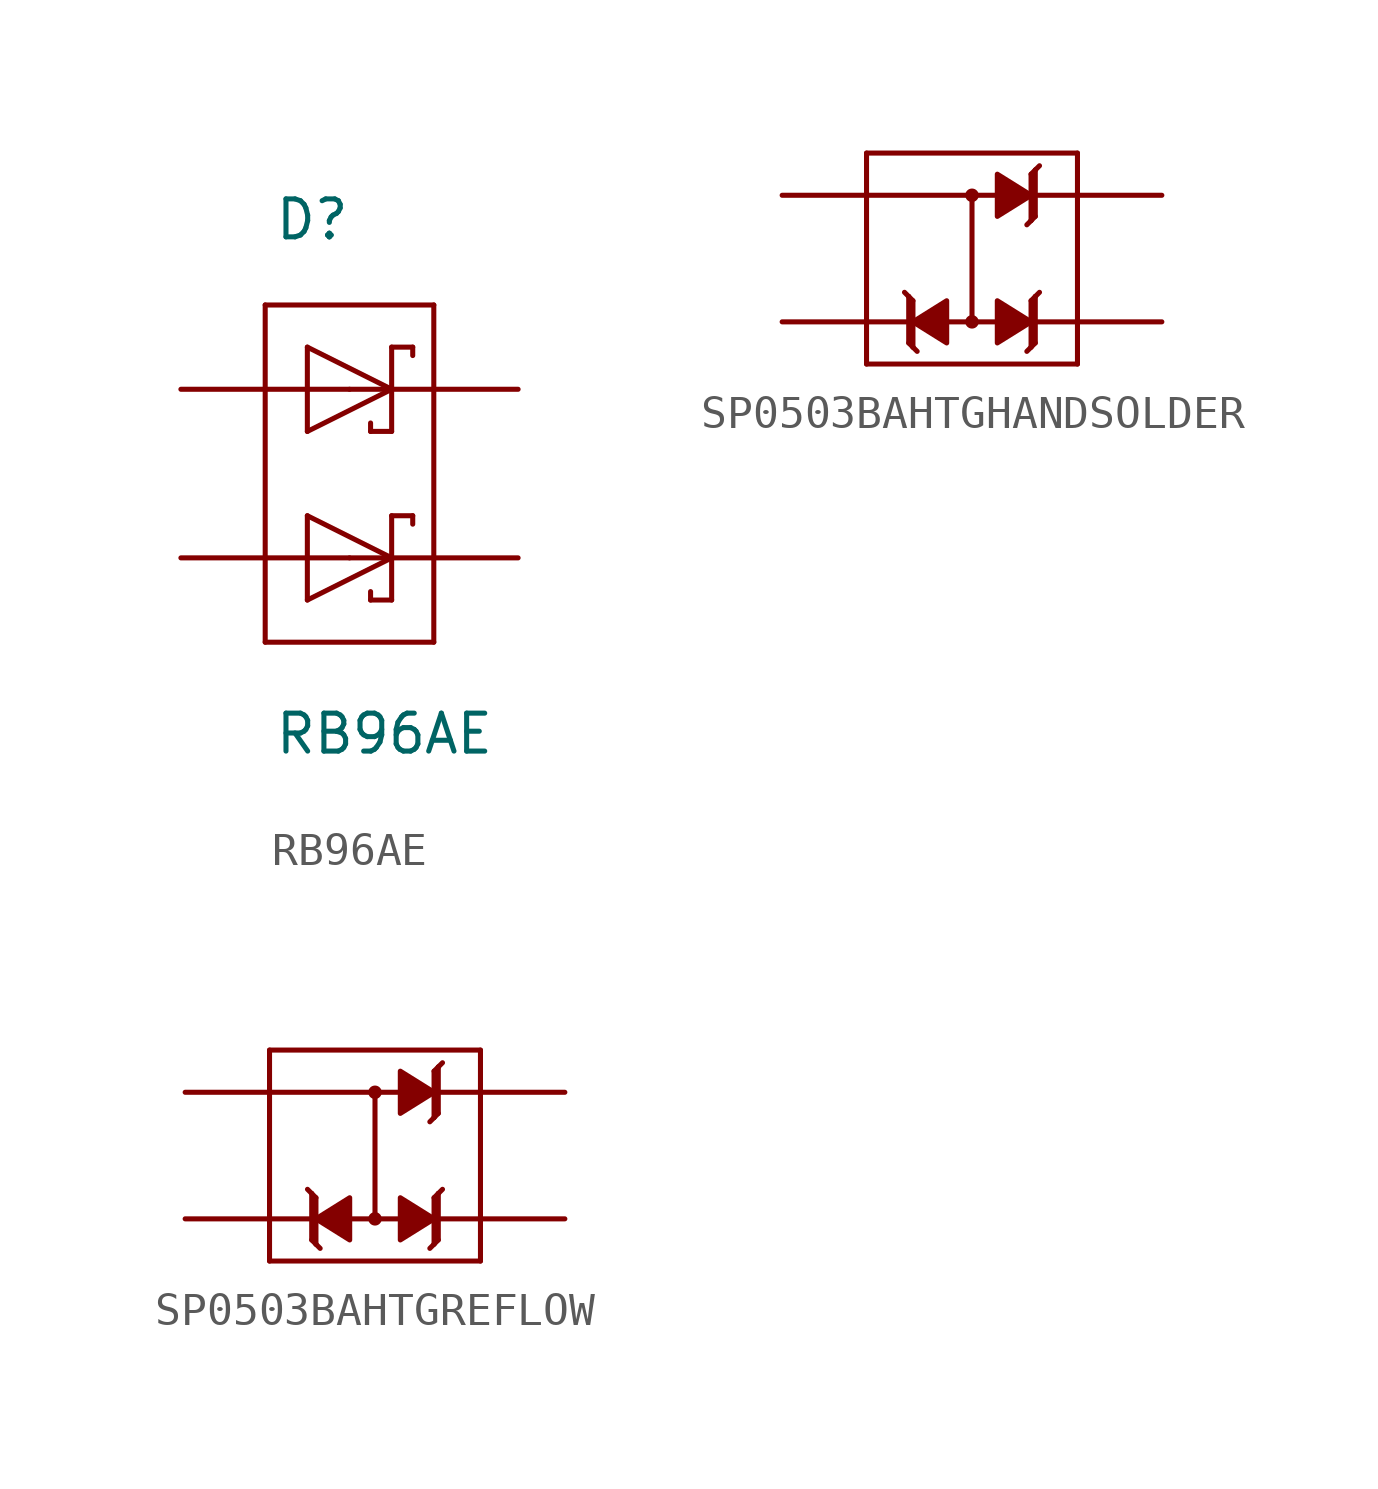
<source format=kicad_sym>
(kicad_symbol_lib
  (version 20241209)
  (generator "kicad_symbol_editor")
  (generator_version "9.0")
  (symbol "RB96AE"
    (pin_numbers
      (hide yes))
    (pin_names
      (offset 1.016)
      (hide yes))
    (property "Reference" "D"
      (at -2.286 9.525 0)
      (effects (font (size 1.143 1.143)) (justify left bottom)))
    (property "Value" "RB96AE"
      (at -2.286 -5.969 0)
      (effects (font (size 1.143 1.143)) (justify left bottom)))
    (property "ki_locked" ""
      (at 0 0 0)
      (effects (font (size 1.27 1.27))))
    (symbol "RB96AE_1_0"
      (polyline (pts (xy -2.54 7.62) (xy 2.54 7.62)) (stroke (width 0) (type solid)) (fill (type none)))
      (polyline (pts (xy -2.54 -2.54) (xy -2.54 7.62)) (stroke (width 0) (type solid)) (fill (type none)))
      (polyline (pts (xy -1.27 6.35) (xy -1.27 3.81)) (stroke (width 0) (type solid)) (fill (type none)))
      (polyline (pts (xy -1.27 3.81) (xy 1.27 5.08)) (stroke (width 0) (type solid)) (fill (type none)))
      (polyline (pts (xy -1.27 1.27) (xy -1.27 -1.27)) (stroke (width 0) (type solid)) (fill (type none)))
      (polyline (pts (xy -1.27 -1.27) (xy 1.27 0)) (stroke (width 0) (type solid)) (fill (type none)))
      (polyline (pts (xy 0.635 4.064) (xy 0.635 3.81)) (stroke (width 0) (type solid)) (fill (type none)))
      (polyline (pts (xy 0.635 -1.016) (xy 0.635 -1.27)) (stroke (width 0) (type solid)) (fill (type none)))
      (polyline (pts (xy 1.27 6.35) (xy 1.27 5.08)) (stroke (width 0) (type solid)) (fill (type none)))
      (polyline (pts (xy 1.27 5.08) (xy -1.27 6.35)) (stroke (width 0) (type solid)) (fill (type none)))
      (polyline (pts (xy 1.27 5.08) (xy 1.27 3.81)) (stroke (width 0) (type solid)) (fill (type none)))
      (polyline (pts (xy 1.27 3.81) (xy 0.635 3.81)) (stroke (width 0) (type solid)) (fill (type none)))
      (polyline (pts (xy 1.27 1.27) (xy 1.27 0)) (stroke (width 0) (type solid)) (fill (type none)))
      (polyline (pts (xy 1.27 0) (xy -1.27 1.27)) (stroke (width 0) (type solid)) (fill (type none)))
      (polyline (pts (xy 1.27 0) (xy 1.27 -1.27)) (stroke (width 0) (type solid)) (fill (type none)))
      (polyline (pts (xy 1.27 -1.27) (xy 0.635 -1.27)) (stroke (width 0) (type solid)) (fill (type none)))
      (polyline (pts (xy 1.905 6.35) (xy 1.27 6.35)) (stroke (width 0) (type solid)) (fill (type none)))
      (polyline (pts (xy 1.905 6.35) (xy 1.905 6.096)) (stroke (width 0) (type solid)) (fill (type none)))
      (polyline (pts (xy 1.905 1.27) (xy 1.27 1.27)) (stroke (width 0) (type solid)) (fill (type none)))
      (polyline (pts (xy 1.905 1.27) (xy 1.905 1.016)) (stroke (width 0) (type solid)) (fill (type none)))
      (polyline (pts (xy 2.54 7.62) (xy 2.54 -2.54)) (stroke (width 0) (type solid)) (fill (type none)))
      (polyline (pts (xy 2.54 -2.54) (xy -2.54 -2.54)) (stroke (width 0) (type solid)) (fill (type none))))
    (symbol "RB96AE_1_1"
      (pin passive line (at -5.08 5.08 0) (length 5.08) (name "A1" (effects (font (size 1.016 1.016)))) (number "1" (effects (font (size 1.016 1.016)))))
      (pin passive line (at -5.08 0 0) (length 5.08) (name "A2" (effects (font (size 1.016 1.016)))) (number "3" (effects (font (size 1.016 1.016)))))
      (pin passive line (at 5.08 5.08 180) (length 5.08) (name "C1" (effects (font (size 1.016 1.016)))) (number "5" (effects (font (size 1.016 1.016)))))
      (pin passive line (at 5.08 0 180) (length 5.08) (name "C2" (effects (font (size 1.016 1.016)))) (number "4" (effects (font (size 1.016 1.016)))))))
  (symbol "SP0503BAHTGHANDSOLDER"
    (pin_numbers
      (hide yes))
    (pin_names
      (offset 1.016)
      (hide yes))
    (property "Reference" "U"
      (at 0 0 0)
      (effects (font (size 1.143 1.143)) (hide yes)))
    (property "ki_locked" ""
      (at 0 0 0)
      (effects (font (size 1.27 1.27))))
    (symbol "SP0503BAHTGHANDSOLDER_1_0"
      (polyline (pts (xy -3.81 2.54) (xy 2.54 2.54)) (stroke (width 0) (type solid)) (fill (type none)))
      (polyline (pts (xy -3.81 1.27) (xy -3.81 2.54)) (stroke (width 0) (type solid)) (fill (type none)))
      (polyline (pts (xy -3.81 1.27) (xy 0.127 1.27)) (stroke (width 0) (type solid)) (fill (type none)))
      (polyline (pts (xy -3.81 -2.54) (xy -3.81 1.27)) (stroke (width 0) (type solid)) (fill (type none)))
      (polyline (pts (xy -3.81 -2.54) (xy -2.54 -2.54)) (stroke (width 0) (type solid)) (fill (type none)))
      (polyline (pts (xy -3.81 -3.81) (xy -3.81 -2.54)) (stroke (width 0) (type solid)) (fill (type none)))
      (polyline (pts (xy -2.54 -1.778) (xy -2.667 -1.651)) (stroke (width 0) (type solid)) (fill (type none)))
      (polyline (pts (xy -2.54 -1.778) (xy -2.54 -2.54)) (stroke (width 0) (type solid)) (fill (type none)))
      (polyline (pts (xy -2.54 -2.54) (xy -2.54 -3.175)) (stroke (width 0) (type solid)) (fill (type none)))
      (polyline (pts (xy -2.54 -3.175) (xy -2.413 -3.302)) (stroke (width 0) (type solid)) (fill (type none)))
      (polyline (pts (xy -2.413 -1.905) (xy -2.54 -1.778)) (stroke (width 0) (type solid)) (fill (type none)))
      (polyline (pts (xy -2.413 -1.905) (xy -2.413 -3.302)) (stroke (width 0) (type solid)) (fill (type none)))
      (polyline (pts (xy -2.413 -3.302) (xy -2.286 -3.429)) (stroke (width 0) (type solid)) (fill (type none)))
      (polyline (pts (xy -0.635 1.143) (xy -0.635 -2.54)) (stroke (width 0) (type solid)) (fill (type none)))
      (polyline (pts (xy 0.254 -2.54) (xy -1.524 -2.54)) (stroke (width 0) (type solid)) (fill (type none)))
      (polyline (pts (xy 1.143 1.905) (xy 1.143 0.508)) (stroke (width 0) (type solid)) (fill (type none)))
      (polyline (pts (xy 1.143 1.905) (xy 1.27 2.032)) (stroke (width 0) (type solid)) (fill (type none)))
      (polyline (pts (xy 1.143 0.508) (xy 1.016 0.381)) (stroke (width 0) (type solid)) (fill (type none)))
      (polyline (pts (xy 1.143 -1.905) (xy 1.143 -3.302)) (stroke (width 0) (type solid)) (fill (type none)))
      (polyline (pts (xy 1.143 -1.905) (xy 1.27 -1.778)) (stroke (width 0) (type solid)) (fill (type none)))
      (polyline (pts (xy 1.143 -3.302) (xy 1.016 -3.429)) (stroke (width 0) (type solid)) (fill (type none)))
      (polyline (pts (xy 1.27 2.032) (xy 1.27 1.27)) (stroke (width 0) (type solid)) (fill (type none)))
      (polyline (pts (xy 1.27 2.032) (xy 1.397 2.159)) (stroke (width 0) (type solid)) (fill (type none)))
      (polyline (pts (xy 1.27 1.27) (xy 1.27 0.635)) (stroke (width 0) (type solid)) (fill (type none)))
      (polyline (pts (xy 1.27 0.635) (xy 1.143 0.508)) (stroke (width 0) (type solid)) (fill (type none)))
      (polyline (pts (xy 1.27 -1.778) (xy 1.27 -2.54)) (stroke (width 0) (type solid)) (fill (type none)))
      (polyline (pts (xy 1.27 -1.778) (xy 1.397 -1.651)) (stroke (width 0) (type solid)) (fill (type none)))
      (polyline (pts (xy 1.27 -2.54) (xy 1.27 -3.175)) (stroke (width 0) (type solid)) (fill (type none)))
      (polyline (pts (xy 1.27 -3.175) (xy 1.143 -3.302)) (stroke (width 0) (type solid)) (fill (type none)))
      (polyline (pts (xy 2.54 2.54) (xy 2.54 1.27)) (stroke (width 0) (type solid)) (fill (type none)))
      (polyline (pts (xy 2.54 1.27) (xy 1.27 1.27)) (stroke (width 0) (type solid)) (fill (type none)))
      (polyline (pts (xy 2.54 1.27) (xy 2.54 -2.54)) (stroke (width 0) (type solid)) (fill (type none)))
      (polyline (pts (xy 2.54 -2.54) (xy 1.27 -2.54)) (stroke (width 0) (type solid)) (fill (type none)))
      (polyline (pts (xy 2.54 -2.54) (xy 2.54 -3.81)) (stroke (width 0) (type solid)) (fill (type none)))
      (polyline (pts (xy 2.54 -3.81) (xy -3.81 -3.81)) (stroke (width 0) (type solid)) (fill (type none))))
    (symbol "SP0503BAHTGHANDSOLDER_1_1"
      (polyline (pts (xy -1.397 -1.905) (xy -1.397 -3.175) (xy -1.397 -3.175) (xy -2.413 -2.54) (xy -2.413 -2.54) (xy -1.397 -1.905)) (stroke (width 0) (type solid)) (fill (type outline)))
      (circle (center -0.635 1.27) (radius 0.127) (stroke (width 0) (type solid)) (fill (type outline)))
      (circle (center -0.635 -2.54) (radius 0.127) (stroke (width 0) (type solid)) (fill (type outline)))
      (polyline (pts (xy 0.127 1.905) (xy 0.127 0.635) (xy 0.127 0.635) (xy 1.143 1.27) (xy 1.143 1.27) (xy 0.127 1.905)) (stroke (width 0) (type solid)) (fill (type outline)))
      (polyline (pts (xy 0.127 -1.905) (xy 0.127 -3.175) (xy 0.127 -3.175) (xy 1.143 -2.54) (xy 1.143 -2.54) (xy 0.127 -1.905)) (stroke (width 0) (type solid)) (fill (type outline)))
      (pin bidirectional line (at -6.35 1.27 0) (length 2.54) (name "P$1" (effects (font (size 1.016 1.016)))) (number "1" (effects (font (size 1.016 1.016)))))
      (pin bidirectional line (at -6.35 -2.54 0) (length 2.54) (name "P$2" (effects (font (size 1.016 1.016)))) (number "2" (effects (font (size 1.016 1.016)))))
      (pin bidirectional line (at 5.08 1.27 180) (length 2.54) (name "P$4" (effects (font (size 1.016 1.016)))) (number "4" (effects (font (size 1.016 1.016)))))
      (pin bidirectional line (at 5.08 -2.54 180) (length 2.54) (name "P$3" (effects (font (size 1.016 1.016)))) (number "3" (effects (font (size 1.016 1.016)))))))
  (symbol "SP0503BAHTGREFLOW"
    (pin_numbers
      (hide yes))
    (pin_names
      (offset 1.016)
      (hide yes))
    (property "Reference" "U"
      (at 0 0 0)
      (effects (font (size 1.143 1.143)) (hide yes)))
    (property "ki_locked" ""
      (at 0 0 0)
      (effects (font (size 1.27 1.27))))
    (symbol "SP0503BAHTGREFLOW_1_0"
      (polyline (pts (xy -3.81 2.54) (xy 2.54 2.54)) (stroke (width 0) (type solid)) (fill (type none)))
      (polyline (pts (xy -3.81 1.27) (xy -3.81 2.54)) (stroke (width 0) (type solid)) (fill (type none)))
      (polyline (pts (xy -3.81 1.27) (xy 0.127 1.27)) (stroke (width 0) (type solid)) (fill (type none)))
      (polyline (pts (xy -3.81 -2.54) (xy -3.81 1.27)) (stroke (width 0) (type solid)) (fill (type none)))
      (polyline (pts (xy -3.81 -2.54) (xy -2.54 -2.54)) (stroke (width 0) (type solid)) (fill (type none)))
      (polyline (pts (xy -3.81 -3.81) (xy -3.81 -2.54)) (stroke (width 0) (type solid)) (fill (type none)))
      (polyline (pts (xy -2.54 -1.778) (xy -2.667 -1.651)) (stroke (width 0) (type solid)) (fill (type none)))
      (polyline (pts (xy -2.54 -1.778) (xy -2.54 -2.54)) (stroke (width 0) (type solid)) (fill (type none)))
      (polyline (pts (xy -2.54 -2.54) (xy -2.54 -3.175)) (stroke (width 0) (type solid)) (fill (type none)))
      (polyline (pts (xy -2.54 -3.175) (xy -2.413 -3.302)) (stroke (width 0) (type solid)) (fill (type none)))
      (polyline (pts (xy -2.413 -1.905) (xy -2.54 -1.778)) (stroke (width 0) (type solid)) (fill (type none)))
      (polyline (pts (xy -2.413 -1.905) (xy -2.413 -3.302)) (stroke (width 0) (type solid)) (fill (type none)))
      (polyline (pts (xy -2.413 -3.302) (xy -2.286 -3.429)) (stroke (width 0) (type solid)) (fill (type none)))
      (polyline (pts (xy -0.635 1.143) (xy -0.635 -2.54)) (stroke (width 0) (type solid)) (fill (type none)))
      (polyline (pts (xy 0.254 -2.54) (xy -1.524 -2.54)) (stroke (width 0) (type solid)) (fill (type none)))
      (polyline (pts (xy 1.143 1.905) (xy 1.143 0.508)) (stroke (width 0) (type solid)) (fill (type none)))
      (polyline (pts (xy 1.143 1.905) (xy 1.27 2.032)) (stroke (width 0) (type solid)) (fill (type none)))
      (polyline (pts (xy 1.143 0.508) (xy 1.016 0.381)) (stroke (width 0) (type solid)) (fill (type none)))
      (polyline (pts (xy 1.143 -1.905) (xy 1.143 -3.302)) (stroke (width 0) (type solid)) (fill (type none)))
      (polyline (pts (xy 1.143 -1.905) (xy 1.27 -1.778)) (stroke (width 0) (type solid)) (fill (type none)))
      (polyline (pts (xy 1.143 -3.302) (xy 1.016 -3.429)) (stroke (width 0) (type solid)) (fill (type none)))
      (polyline (pts (xy 1.27 2.032) (xy 1.27 1.27)) (stroke (width 0) (type solid)) (fill (type none)))
      (polyline (pts (xy 1.27 2.032) (xy 1.397 2.159)) (stroke (width 0) (type solid)) (fill (type none)))
      (polyline (pts (xy 1.27 1.27) (xy 1.27 0.635)) (stroke (width 0) (type solid)) (fill (type none)))
      (polyline (pts (xy 1.27 0.635) (xy 1.143 0.508)) (stroke (width 0) (type solid)) (fill (type none)))
      (polyline (pts (xy 1.27 -1.778) (xy 1.27 -2.54)) (stroke (width 0) (type solid)) (fill (type none)))
      (polyline (pts (xy 1.27 -1.778) (xy 1.397 -1.651)) (stroke (width 0) (type solid)) (fill (type none)))
      (polyline (pts (xy 1.27 -2.54) (xy 1.27 -3.175)) (stroke (width 0) (type solid)) (fill (type none)))
      (polyline (pts (xy 1.27 -3.175) (xy 1.143 -3.302)) (stroke (width 0) (type solid)) (fill (type none)))
      (polyline (pts (xy 2.54 2.54) (xy 2.54 1.27)) (stroke (width 0) (type solid)) (fill (type none)))
      (polyline (pts (xy 2.54 1.27) (xy 1.27 1.27)) (stroke (width 0) (type solid)) (fill (type none)))
      (polyline (pts (xy 2.54 1.27) (xy 2.54 -2.54)) (stroke (width 0) (type solid)) (fill (type none)))
      (polyline (pts (xy 2.54 -2.54) (xy 1.27 -2.54)) (stroke (width 0) (type solid)) (fill (type none)))
      (polyline (pts (xy 2.54 -2.54) (xy 2.54 -3.81)) (stroke (width 0) (type solid)) (fill (type none)))
      (polyline (pts (xy 2.54 -3.81) (xy -3.81 -3.81)) (stroke (width 0) (type solid)) (fill (type none))))
    (symbol "SP0503BAHTGREFLOW_1_1"
      (polyline (pts (xy -1.397 -1.905) (xy -1.397 -3.175) (xy -1.397 -3.175) (xy -2.413 -2.54) (xy -2.413 -2.54) (xy -1.397 -1.905)) (stroke (width 0) (type solid)) (fill (type outline)))
      (circle (center -0.635 1.27) (radius 0.127) (stroke (width 0) (type solid)) (fill (type outline)))
      (circle (center -0.635 -2.54) (radius 0.127) (stroke (width 0) (type solid)) (fill (type outline)))
      (polyline (pts (xy 0.127 1.905) (xy 0.127 0.635) (xy 0.127 0.635) (xy 1.143 1.27) (xy 1.143 1.27) (xy 0.127 1.905)) (stroke (width 0) (type solid)) (fill (type outline)))
      (polyline (pts (xy 0.127 -1.905) (xy 0.127 -3.175) (xy 0.127 -3.175) (xy 1.143 -2.54) (xy 1.143 -2.54) (xy 0.127 -1.905)) (stroke (width 0) (type solid)) (fill (type outline)))
      (pin bidirectional line (at -6.35 1.27 0) (length 2.54) (name "P$1" (effects (font (size 1.016 1.016)))) (number "1" (effects (font (size 1.016 1.016)))))
      (pin bidirectional line (at -6.35 -2.54 0) (length 2.54) (name "P$2" (effects (font (size 1.016 1.016)))) (number "2" (effects (font (size 1.016 1.016)))))
      (pin bidirectional line (at 5.08 1.27 180) (length 2.54) (name "P$4" (effects (font (size 1.016 1.016)))) (number "4" (effects (font (size 1.016 1.016)))))
      (pin bidirectional line (at 5.08 -2.54 180) (length 2.54) (name "P$3" (effects (font (size 1.016 1.016)))) (number "3" (effects (font (size 1.016 1.016))))))))
</source>
